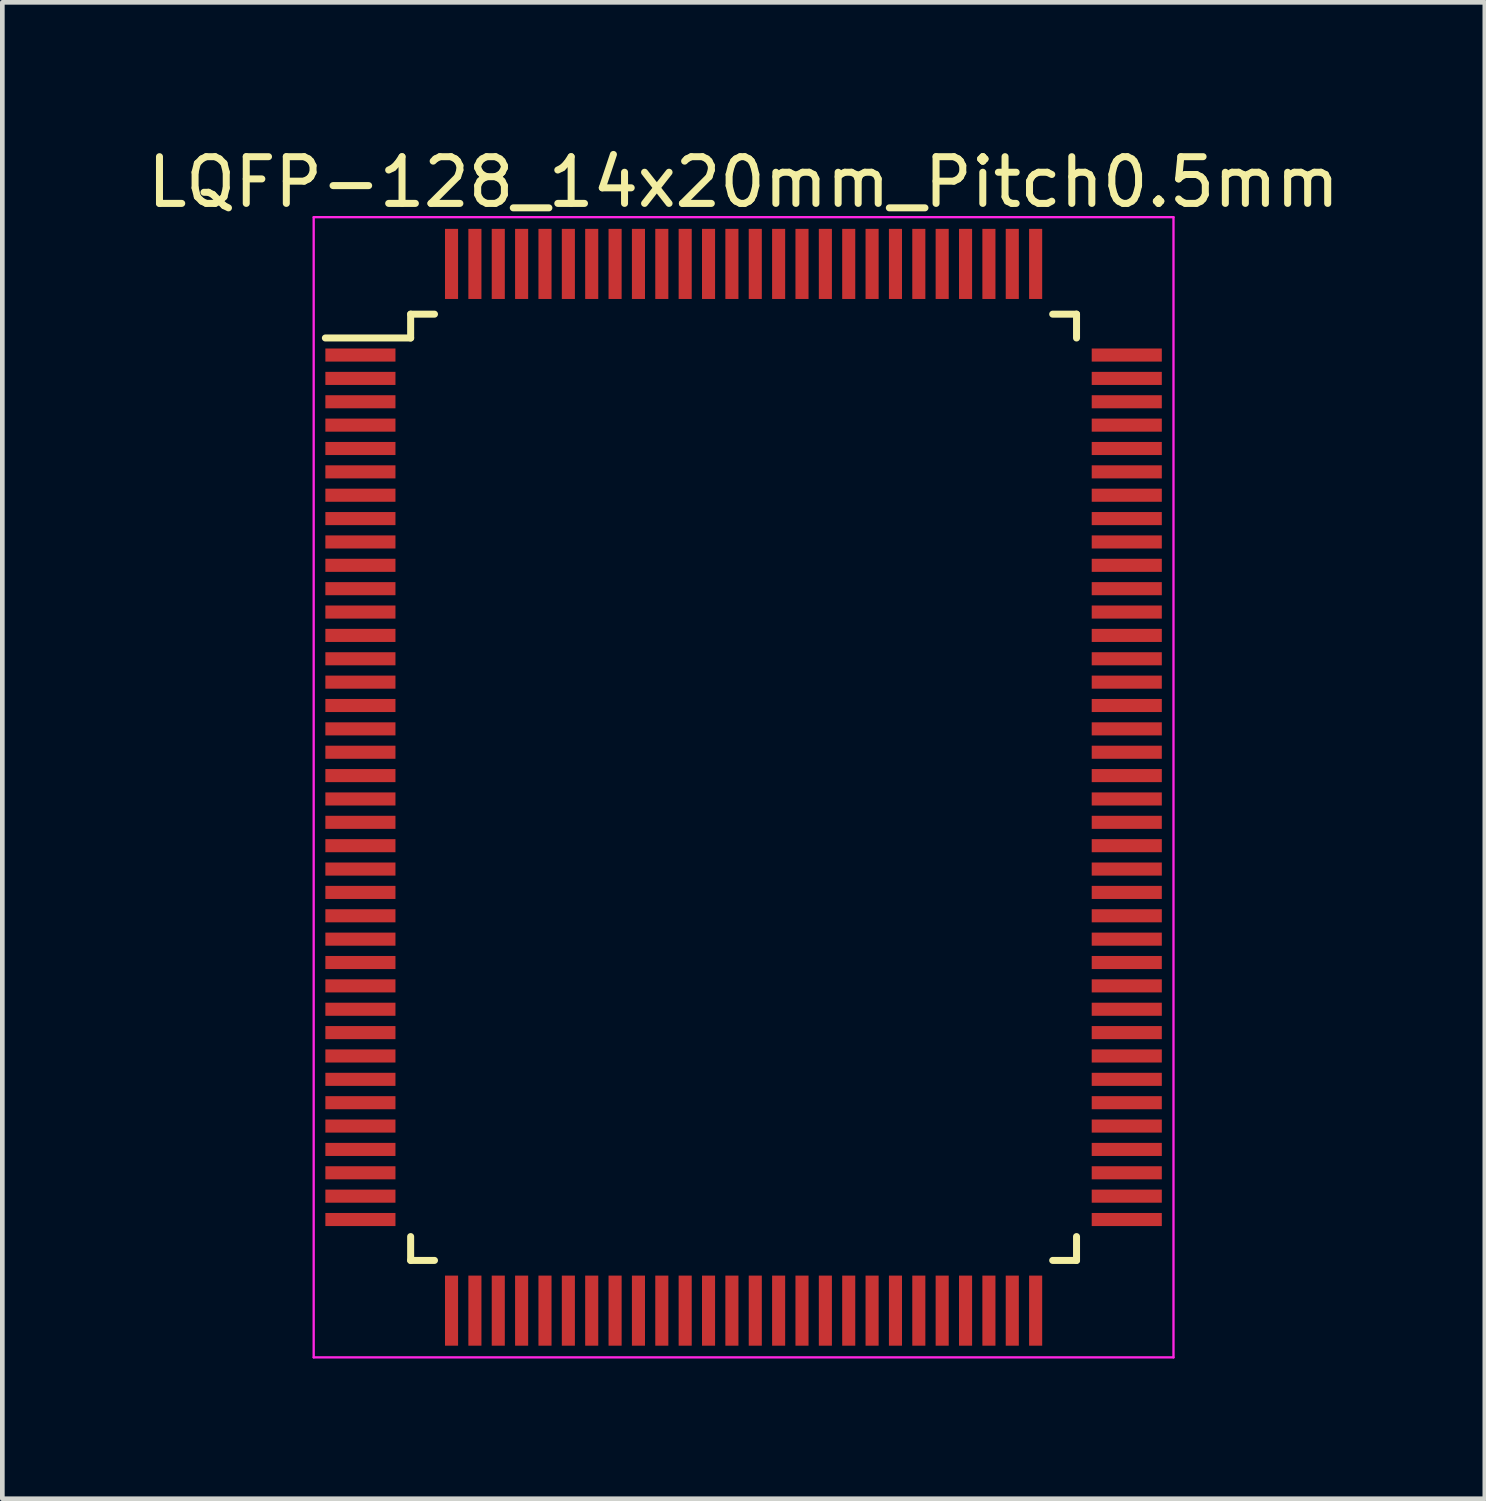
<source format=kicad_pcb>
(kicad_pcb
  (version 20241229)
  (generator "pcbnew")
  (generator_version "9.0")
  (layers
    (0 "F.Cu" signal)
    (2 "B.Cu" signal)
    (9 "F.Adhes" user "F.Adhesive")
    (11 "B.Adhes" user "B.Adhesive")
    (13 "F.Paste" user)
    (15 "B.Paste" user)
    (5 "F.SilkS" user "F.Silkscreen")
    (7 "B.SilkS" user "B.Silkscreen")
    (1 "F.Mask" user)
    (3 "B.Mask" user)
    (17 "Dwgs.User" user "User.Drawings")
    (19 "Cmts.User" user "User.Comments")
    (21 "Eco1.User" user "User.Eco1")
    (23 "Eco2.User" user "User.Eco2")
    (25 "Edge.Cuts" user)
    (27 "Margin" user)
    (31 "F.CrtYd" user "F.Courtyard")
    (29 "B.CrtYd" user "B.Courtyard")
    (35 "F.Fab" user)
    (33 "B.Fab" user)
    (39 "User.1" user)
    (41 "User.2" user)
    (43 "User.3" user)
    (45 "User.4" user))
  (footprint "LQFP-128_14x20mm_Pitch0.5mm"
    (layer "F.Cu")
    (at 12.863 13.798)
    (property "Reference" "LQFP-128_14x20mm_Pitch0.5mm" (at 0 -12.95 0) (layer "F.SilkS") (effects (font (size 1 1) (thickness 0.15))))
    (attr smd)
    (fp_line (start -7.125 -10.125) (end -7.125 -9.615) (stroke (width 0.15) (type solid)) (layer "F.SilkS"))
    (fp_line (start -7.125 -10.125) (end -6.615 -10.125) (stroke (width 0.15) (type solid)) (layer "F.SilkS"))
    (fp_line (start -7.125 -9.615) (end -8.95 -9.615) (stroke (width 0.15) (type solid)) (layer "F.SilkS"))
    (fp_line (start -7.125 10.125) (end -7.125 9.615) (stroke (width 0.15) (type solid)) (layer "F.SilkS"))
    (fp_line (start -7.125 10.125) (end -6.615 10.125) (stroke (width 0.15) (type solid)) (layer "F.SilkS"))
    (fp_line (start 7.125 -10.125) (end 6.615 -10.125) (stroke (width 0.15) (type solid)) (layer "F.SilkS"))
    (fp_line (start 7.125 -10.125) (end 7.125 -9.615) (stroke (width 0.15) (type solid)) (layer "F.SilkS"))
    (fp_line (start 7.125 10.125) (end 6.615 10.125) (stroke (width 0.15) (type solid)) (layer "F.SilkS"))
    (fp_line (start 7.125 10.125) (end 7.125 9.615) (stroke (width 0.15) (type solid)) (layer "F.SilkS"))
    (fp_line (start -9.2 -12.2) (end -9.2 12.2) (stroke (width 0.05) (type solid)) (layer "F.CrtYd"))
    (fp_line (start -9.2 -12.2) (end 9.2 -12.2) (stroke (width 0.05) (type solid)) (layer "F.CrtYd"))
    (fp_line (start -9.2 12.2) (end 9.2 12.2) (stroke (width 0.05) (type solid)) (layer "F.CrtYd"))
    (fp_line (start 9.2 -12.2) (end 9.2 12.2) (stroke (width 0.05) (type solid)) (layer "F.CrtYd"))
    (pad "1" smd rect (at -8.2 -9.25) (size 1.5 0.28) (layers "F.Cu" "F.Mask" "F.Paste"))
    (pad "2" smd rect (at -8.2 -8.75) (size 1.5 0.28) (layers "F.Cu" "F.Mask" "F.Paste"))
    (pad "3" smd rect (at -8.2 -8.25) (size 1.5 0.28) (layers "F.Cu" "F.Mask" "F.Paste"))
    (pad "4" smd rect (at -8.2 -7.75) (size 1.5 0.28) (layers "F.Cu" "F.Mask" "F.Paste"))
    (pad "5" smd rect (at -8.2 -7.25) (size 1.5 0.28) (layers "F.Cu" "F.Mask" "F.Paste"))
    (pad "6" smd rect (at -8.2 -6.75) (size 1.5 0.28) (layers "F.Cu" "F.Mask" "F.Paste"))
    (pad "7" smd rect (at -8.2 -6.25) (size 1.5 0.28) (layers "F.Cu" "F.Mask" "F.Paste"))
    (pad "8" smd rect (at -8.2 -5.75) (size 1.5 0.28) (layers "F.Cu" "F.Mask" "F.Paste"))
    (pad "9" smd rect (at -8.2 -5.25) (size 1.5 0.28) (layers "F.Cu" "F.Mask" "F.Paste"))
    (pad "10" smd rect (at -8.2 -4.75) (size 1.5 0.28) (layers "F.Cu" "F.Mask" "F.Paste"))
    (pad "11" smd rect (at -8.2 -4.25) (size 1.5 0.28) (layers "F.Cu" "F.Mask" "F.Paste"))
    (pad "12" smd rect (at -8.2 -3.75) (size 1.5 0.28) (layers "F.Cu" "F.Mask" "F.Paste"))
    (pad "13" smd rect (at -8.2 -3.25) (size 1.5 0.28) (layers "F.Cu" "F.Mask" "F.Paste"))
    (pad "14" smd rect (at -8.2 -2.75) (size 1.5 0.28) (layers "F.Cu" "F.Mask" "F.Paste"))
    (pad "15" smd rect (at -8.2 -2.25) (size 1.5 0.28) (layers "F.Cu" "F.Mask" "F.Paste"))
    (pad "16" smd rect (at -8.2 -1.75) (size 1.5 0.28) (layers "F.Cu" "F.Mask" "F.Paste"))
    (pad "17" smd rect (at -8.2 -1.25) (size 1.5 0.28) (layers "F.Cu" "F.Mask" "F.Paste"))
    (pad "18" smd rect (at -8.2 -0.75) (size 1.5 0.28) (layers "F.Cu" "F.Mask" "F.Paste"))
    (pad "19" smd rect (at -8.2 -0.25) (size 1.5 0.28) (layers "F.Cu" "F.Mask" "F.Paste"))
    (pad "20" smd rect (at -8.2 0.25) (size 1.5 0.28) (layers "F.Cu" "F.Mask" "F.Paste"))
    (pad "21" smd rect (at -8.2 0.75) (size 1.5 0.28) (layers "F.Cu" "F.Mask" "F.Paste"))
    (pad "22" smd rect (at -8.2 1.25) (size 1.5 0.28) (layers "F.Cu" "F.Mask" "F.Paste"))
    (pad "23" smd rect (at -8.2 1.75) (size 1.5 0.28) (layers "F.Cu" "F.Mask" "F.Paste"))
    (pad "24" smd rect (at -8.2 2.25) (size 1.5 0.28) (layers "F.Cu" "F.Mask" "F.Paste"))
    (pad "25" smd rect (at -8.2 2.75) (size 1.5 0.28) (layers "F.Cu" "F.Mask" "F.Paste"))
    (pad "26" smd rect (at -8.2 3.25) (size 1.5 0.28) (layers "F.Cu" "F.Mask" "F.Paste"))
    (pad "27" smd rect (at -8.2 3.75) (size 1.5 0.28) (layers "F.Cu" "F.Mask" "F.Paste"))
    (pad "28" smd rect (at -8.2 4.25) (size 1.5 0.28) (layers "F.Cu" "F.Mask" "F.Paste"))
    (pad "29" smd rect (at -8.2 4.75) (size 1.5 0.28) (layers "F.Cu" "F.Mask" "F.Paste"))
    (pad "30" smd rect (at -8.2 5.25) (size 1.5 0.28) (layers "F.Cu" "F.Mask" "F.Paste"))
    (pad "31" smd rect (at -8.2 5.75) (size 1.5 0.28) (layers "F.Cu" "F.Mask" "F.Paste"))
    (pad "32" smd rect (at -8.2 6.25) (size 1.5 0.28) (layers "F.Cu" "F.Mask" "F.Paste"))
    (pad "33" smd rect (at -8.2 6.75) (size 1.5 0.28) (layers "F.Cu" "F.Mask" "F.Paste"))
    (pad "34" smd rect (at -8.2 7.25) (size 1.5 0.28) (layers "F.Cu" "F.Mask" "F.Paste"))
    (pad "35" smd rect (at -8.2 7.75) (size 1.5 0.28) (layers "F.Cu" "F.Mask" "F.Paste"))
    (pad "36" smd rect (at -8.2 8.25) (size 1.5 0.28) (layers "F.Cu" "F.Mask" "F.Paste"))
    (pad "37" smd rect (at -8.2 8.75) (size 1.5 0.28) (layers "F.Cu" "F.Mask" "F.Paste"))
    (pad "38" smd rect (at -8.2 9.25) (size 1.5 0.28) (layers "F.Cu" "F.Mask" "F.Paste"))
    (pad "39" smd rect (at -6.25 11.2 90) (size 1.5 0.28) (layers "F.Cu" "F.Mask" "F.Paste"))
    (pad "40" smd rect (at -5.75 11.2 90) (size 1.5 0.28) (layers "F.Cu" "F.Mask" "F.Paste"))
    (pad "41" smd rect (at -5.25 11.2 90) (size 1.5 0.28) (layers "F.Cu" "F.Mask" "F.Paste"))
    (pad "42" smd rect (at -4.75 11.2 90) (size 1.5 0.28) (layers "F.Cu" "F.Mask" "F.Paste"))
    (pad "43" smd rect (at -4.25 11.2 90) (size 1.5 0.28) (layers "F.Cu" "F.Mask" "F.Paste"))
    (pad "44" smd rect (at -3.75 11.2 90) (size 1.5 0.28) (layers "F.Cu" "F.Mask" "F.Paste"))
    (pad "45" smd rect (at -3.25 11.2 90) (size 1.5 0.28) (layers "F.Cu" "F.Mask" "F.Paste"))
    (pad "46" smd rect (at -2.75 11.2 90) (size 1.5 0.28) (layers "F.Cu" "F.Mask" "F.Paste"))
    (pad "47" smd rect (at -2.25 11.2 90) (size 1.5 0.28) (layers "F.Cu" "F.Mask" "F.Paste"))
    (pad "48" smd rect (at -1.75 11.2 90) (size 1.5 0.28) (layers "F.Cu" "F.Mask" "F.Paste"))
    (pad "49" smd rect (at -1.25 11.2 90) (size 1.5 0.28) (layers "F.Cu" "F.Mask" "F.Paste"))
    (pad "50" smd rect (at -0.75 11.2 90) (size 1.5 0.28) (layers "F.Cu" "F.Mask" "F.Paste"))
    (pad "51" smd rect (at -0.25 11.2 90) (size 1.5 0.28) (layers "F.Cu" "F.Mask" "F.Paste"))
    (pad "52" smd rect (at 0.25 11.2 90) (size 1.5 0.28) (layers "F.Cu" "F.Mask" "F.Paste"))
    (pad "53" smd rect (at 0.75 11.2 90) (size 1.5 0.28) (layers "F.Cu" "F.Mask" "F.Paste"))
    (pad "54" smd rect (at 1.25 11.2 90) (size 1.5 0.28) (layers "F.Cu" "F.Mask" "F.Paste"))
    (pad "55" smd rect (at 1.75 11.2 90) (size 1.5 0.28) (layers "F.Cu" "F.Mask" "F.Paste"))
    (pad "56" smd rect (at 2.25 11.2 90) (size 1.5 0.28) (layers "F.Cu" "F.Mask" "F.Paste"))
    (pad "57" smd rect (at 2.75 11.2 90) (size 1.5 0.28) (layers "F.Cu" "F.Mask" "F.Paste"))
    (pad "58" smd rect (at 3.25 11.2 90) (size 1.5 0.28) (layers "F.Cu" "F.Mask" "F.Paste"))
    (pad "59" smd rect (at 3.75 11.2 90) (size 1.5 0.28) (layers "F.Cu" "F.Mask" "F.Paste"))
    (pad "60" smd rect (at 4.25 11.2 90) (size 1.5 0.28) (layers "F.Cu" "F.Mask" "F.Paste"))
    (pad "61" smd rect (at 4.75 11.2 90) (size 1.5 0.28) (layers "F.Cu" "F.Mask" "F.Paste"))
    (pad "62" smd rect (at 5.25 11.2 90) (size 1.5 0.28) (layers "F.Cu" "F.Mask" "F.Paste"))
    (pad "63" smd rect (at 5.75 11.2 90) (size 1.5 0.28) (layers "F.Cu" "F.Mask" "F.Paste"))
    (pad "64" smd rect (at 6.25 11.2 90) (size 1.5 0.28) (layers "F.Cu" "F.Mask" "F.Paste"))
    (pad "65" smd rect (at 8.2 9.25) (size 1.5 0.28) (layers "F.Cu" "F.Mask" "F.Paste"))
    (pad "66" smd rect (at 8.2 8.75) (size 1.5 0.28) (layers "F.Cu" "F.Mask" "F.Paste"))
    (pad "67" smd rect (at 8.2 8.25) (size 1.5 0.28) (layers "F.Cu" "F.Mask" "F.Paste"))
    (pad "68" smd rect (at 8.2 7.75) (size 1.5 0.28) (layers "F.Cu" "F.Mask" "F.Paste"))
    (pad "69" smd rect (at 8.2 7.25) (size 1.5 0.28) (layers "F.Cu" "F.Mask" "F.Paste"))
    (pad "70" smd rect (at 8.2 6.75) (size 1.5 0.28) (layers "F.Cu" "F.Mask" "F.Paste"))
    (pad "71" smd rect (at 8.2 6.25) (size 1.5 0.28) (layers "F.Cu" "F.Mask" "F.Paste"))
    (pad "72" smd rect (at 8.2 5.75) (size 1.5 0.28) (layers "F.Cu" "F.Mask" "F.Paste"))
    (pad "73" smd rect (at 8.2 5.25) (size 1.5 0.28) (layers "F.Cu" "F.Mask" "F.Paste"))
    (pad "74" smd rect (at 8.2 4.75) (size 1.5 0.28) (layers "F.Cu" "F.Mask" "F.Paste"))
    (pad "75" smd rect (at 8.2 4.25) (size 1.5 0.28) (layers "F.Cu" "F.Mask" "F.Paste"))
    (pad "76" smd rect (at 8.2 3.75) (size 1.5 0.28) (layers "F.Cu" "F.Mask" "F.Paste"))
    (pad "77" smd rect (at 8.2 3.25) (size 1.5 0.28) (layers "F.Cu" "F.Mask" "F.Paste"))
    (pad "78" smd rect (at 8.2 2.75) (size 1.5 0.28) (layers "F.Cu" "F.Mask" "F.Paste"))
    (pad "79" smd rect (at 8.2 2.25) (size 1.5 0.28) (layers "F.Cu" "F.Mask" "F.Paste"))
    (pad "80" smd rect (at 8.2 1.75) (size 1.5 0.28) (layers "F.Cu" "F.Mask" "F.Paste"))
    (pad "81" smd rect (at 8.2 1.25) (size 1.5 0.28) (layers "F.Cu" "F.Mask" "F.Paste"))
    (pad "82" smd rect (at 8.2 0.75) (size 1.5 0.28) (layers "F.Cu" "F.Mask" "F.Paste"))
    (pad "83" smd rect (at 8.2 0.25) (size 1.5 0.28) (layers "F.Cu" "F.Mask" "F.Paste"))
    (pad "84" smd rect (at 8.2 -0.25) (size 1.5 0.28) (layers "F.Cu" "F.Mask" "F.Paste"))
    (pad "85" smd rect (at 8.2 -0.75) (size 1.5 0.28) (layers "F.Cu" "F.Mask" "F.Paste"))
    (pad "86" smd rect (at 8.2 -1.25) (size 1.5 0.28) (layers "F.Cu" "F.Mask" "F.Paste"))
    (pad "87" smd rect (at 8.2 -1.75) (size 1.5 0.28) (layers "F.Cu" "F.Mask" "F.Paste"))
    (pad "88" smd rect (at 8.2 -2.25) (size 1.5 0.28) (layers "F.Cu" "F.Mask" "F.Paste"))
    (pad "89" smd rect (at 8.2 -2.75) (size 1.5 0.28) (layers "F.Cu" "F.Mask" "F.Paste"))
    (pad "90" smd rect (at 8.2 -3.25) (size 1.5 0.28) (layers "F.Cu" "F.Mask" "F.Paste"))
    (pad "91" smd rect (at 8.2 -3.75) (size 1.5 0.28) (layers "F.Cu" "F.Mask" "F.Paste"))
    (pad "92" smd rect (at 8.2 -4.25) (size 1.5 0.28) (layers "F.Cu" "F.Mask" "F.Paste"))
    (pad "93" smd rect (at 8.2 -4.75) (size 1.5 0.28) (layers "F.Cu" "F.Mask" "F.Paste"))
    (pad "94" smd rect (at 8.2 -5.25) (size 1.5 0.28) (layers "F.Cu" "F.Mask" "F.Paste"))
    (pad "95" smd rect (at 8.2 -5.75) (size 1.5 0.28) (layers "F.Cu" "F.Mask" "F.Paste"))
    (pad "96" smd rect (at 8.2 -6.25) (size 1.5 0.28) (layers "F.Cu" "F.Mask" "F.Paste"))
    (pad "97" smd rect (at 8.2 -6.75) (size 1.5 0.28) (layers "F.Cu" "F.Mask" "F.Paste"))
    (pad "98" smd rect (at 8.2 -7.25) (size 1.5 0.28) (layers "F.Cu" "F.Mask" "F.Paste"))
    (pad "99" smd rect (at 8.2 -7.75) (size 1.5 0.28) (layers "F.Cu" "F.Mask" "F.Paste"))
    (pad "100" smd rect (at 8.2 -8.25) (size 1.5 0.28) (layers "F.Cu" "F.Mask" "F.Paste"))
    (pad "101" smd rect (at 8.2 -8.75) (size 1.5 0.28) (layers "F.Cu" "F.Mask" "F.Paste"))
    (pad "102" smd rect (at 8.2 -9.25) (size 1.5 0.28) (layers "F.Cu" "F.Mask" "F.Paste"))
    (pad "103" smd rect (at 6.25 -11.2 90) (size 1.5 0.28) (layers "F.Cu" "F.Mask" "F.Paste"))
    (pad "104" smd rect (at 5.75 -11.2 90) (size 1.5 0.28) (layers "F.Cu" "F.Mask" "F.Paste"))
    (pad "105" smd rect (at 5.25 -11.2 90) (size 1.5 0.28) (layers "F.Cu" "F.Mask" "F.Paste"))
    (pad "106" smd rect (at 4.75 -11.2 90) (size 1.5 0.28) (layers "F.Cu" "F.Mask" "F.Paste"))
    (pad "107" smd rect (at 4.25 -11.2 90) (size 1.5 0.28) (layers "F.Cu" "F.Mask" "F.Paste"))
    (pad "108" smd rect (at 3.75 -11.2 90) (size 1.5 0.28) (layers "F.Cu" "F.Mask" "F.Paste"))
    (pad "109" smd rect (at 3.25 -11.2 90) (size 1.5 0.28) (layers "F.Cu" "F.Mask" "F.Paste"))
    (pad "110" smd rect (at 2.75 -11.2 90) (size 1.5 0.28) (layers "F.Cu" "F.Mask" "F.Paste"))
    (pad "111" smd rect (at 2.25 -11.2 90) (size 1.5 0.28) (layers "F.Cu" "F.Mask" "F.Paste"))
    (pad "112" smd rect (at 1.75 -11.2 90) (size 1.5 0.28) (layers "F.Cu" "F.Mask" "F.Paste"))
    (pad "113" smd rect (at 1.25 -11.2 90) (size 1.5 0.28) (layers "F.Cu" "F.Mask" "F.Paste"))
    (pad "114" smd rect (at 0.75 -11.2 90) (size 1.5 0.28) (layers "F.Cu" "F.Mask" "F.Paste"))
    (pad "115" smd rect (at 0.25 -11.2 90) (size 1.5 0.28) (layers "F.Cu" "F.Mask" "F.Paste"))
    (pad "116" smd rect (at -0.25 -11.2 90) (size 1.5 0.28) (layers "F.Cu" "F.Mask" "F.Paste"))
    (pad "117" smd rect (at -0.75 -11.2 90) (size 1.5 0.28) (layers "F.Cu" "F.Mask" "F.Paste"))
    (pad "118" smd rect (at -1.25 -11.2 90) (size 1.5 0.28) (layers "F.Cu" "F.Mask" "F.Paste"))
    (pad "119" smd rect (at -1.75 -11.2 90) (size 1.5 0.28) (layers "F.Cu" "F.Mask" "F.Paste"))
    (pad "120" smd rect (at -2.25 -11.2 90) (size 1.5 0.28) (layers "F.Cu" "F.Mask" "F.Paste"))
    (pad "121" smd rect (at -2.75 -11.2 90) (size 1.5 0.28) (layers "F.Cu" "F.Mask" "F.Paste"))
    (pad "122" smd rect (at -3.25 -11.2 90) (size 1.5 0.28) (layers "F.Cu" "F.Mask" "F.Paste"))
    (pad "123" smd rect (at -3.75 -11.2 90) (size 1.5 0.28) (layers "F.Cu" "F.Mask" "F.Paste"))
    (pad "124" smd rect (at -4.25 -11.2 90) (size 1.5 0.28) (layers "F.Cu" "F.Mask" "F.Paste"))
    (pad "125" smd rect (at -4.75 -11.2 90) (size 1.5 0.28) (layers "F.Cu" "F.Mask" "F.Paste"))
    (pad "126" smd rect (at -5.25 -11.2 90) (size 1.5 0.28) (layers "F.Cu" "F.Mask" "F.Paste"))
    (pad "127" smd rect (at -5.75 -11.2 90) (size 1.5 0.28) (layers "F.Cu" "F.Mask" "F.Paste"))
    (pad "128" smd rect (at -6.25 -11.2 90) (size 1.5 0.28) (layers "F.Cu" "F.Mask" "F.Paste")))
  (gr_rect
    (start -3 -3)
    (end 28.726 29.023)
    (stroke (width 0.1) (type default))
    (fill no)
    (layer "Edge.Cuts")))
</source>
